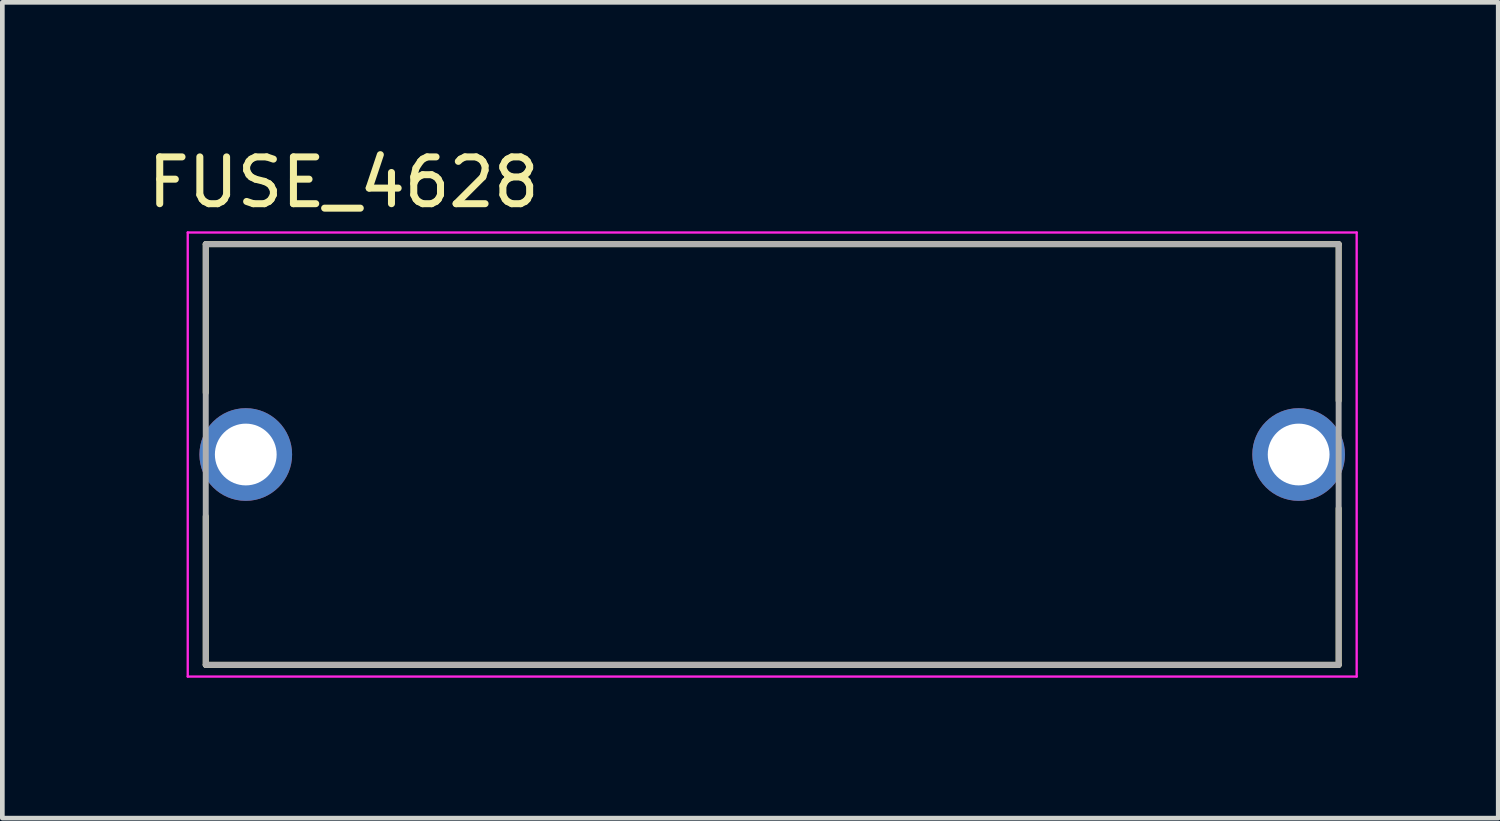
<source format=kicad_pcb>
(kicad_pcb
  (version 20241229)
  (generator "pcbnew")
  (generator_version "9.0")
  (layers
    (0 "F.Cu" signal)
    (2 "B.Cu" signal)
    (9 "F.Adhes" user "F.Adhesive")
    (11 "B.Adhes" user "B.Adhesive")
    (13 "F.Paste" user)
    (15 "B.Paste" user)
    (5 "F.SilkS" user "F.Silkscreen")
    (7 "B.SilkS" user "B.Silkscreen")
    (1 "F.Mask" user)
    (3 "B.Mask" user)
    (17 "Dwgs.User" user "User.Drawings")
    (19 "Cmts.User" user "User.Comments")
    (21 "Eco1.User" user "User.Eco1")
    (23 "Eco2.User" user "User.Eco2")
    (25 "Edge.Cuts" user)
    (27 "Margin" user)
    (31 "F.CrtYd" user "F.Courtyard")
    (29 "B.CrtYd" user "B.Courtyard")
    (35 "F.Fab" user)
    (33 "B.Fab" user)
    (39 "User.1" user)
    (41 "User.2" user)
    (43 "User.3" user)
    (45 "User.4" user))
  (footprint "FUSE_4628"
    (layer "F.Cu")
    (at 13.452 6.663)
    (property "Reference" "FUSE_4628" (at -9.16 -5.815 0) (layer "F.SilkS") (effects (font (size 1 1) (thickness 0.15))))
    (attr through_hole)
    (fp_line (start -12.105 -4.495) (end -12.105 -1.32) (stroke (width 0.127) (type solid)) (layer "F.SilkS"))
    (fp_line (start -12.105 -4.495) (end 12.105 -4.495) (stroke (width 0.127) (type solid)) (layer "F.SilkS"))
    (fp_line (start -12.105 1.32) (end -12.105 4.495) (stroke (width 0.127) (type solid)) (layer "F.SilkS"))
    (fp_line (start -12.105 4.495) (end 12.105 4.495) (stroke (width 0.127) (type solid)) (layer "F.SilkS"))
    (fp_line (start 12.105 -4.495) (end 12.105 -1.15) (stroke (width 0.127) (type solid)) (layer "F.SilkS"))
    (fp_line (start 12.105 1.15) (end 12.105 4.495) (stroke (width 0.127) (type solid)) (layer "F.SilkS"))
    (fp_line (start -12.49 -4.745) (end 12.49 -4.745) (stroke (width 0.05) (type solid)) (layer "F.CrtYd"))
    (fp_line (start -12.49 4.745) (end -12.49 -4.745) (stroke (width 0.05) (type solid)) (layer "F.CrtYd"))
    (fp_line (start 12.49 -4.745) (end 12.49 4.745) (stroke (width 0.05) (type solid)) (layer "F.CrtYd"))
    (fp_line (start 12.49 4.745) (end -12.49 4.745) (stroke (width 0.05) (type solid)) (layer "F.CrtYd"))
    (fp_line (start -12.105 -4.495) (end 12.105 -4.495) (stroke (width 0.127) (type solid)) (layer "F.Fab"))
    (fp_line (start -12.105 4.495) (end -12.105 -4.495) (stroke (width 0.127) (type solid)) (layer "F.Fab"))
    (fp_line (start 12.105 -4.495) (end 12.105 4.495) (stroke (width 0.127) (type solid)) (layer "F.Fab"))
    (fp_line (start 12.105 4.495) (end -12.105 4.495) (stroke (width 0.127) (type solid)) (layer "F.Fab"))
    (pad "1" thru_hole circle (at -11.25 0) (size 1.98 1.98) (drill 1.32) (layers "*.Cu" "*.Mask"))
    (pad "2" thru_hole circle (at 11.25 0) (size 1.98 1.98) (drill 1.32) (layers "*.Cu" "*.Mask")))
  (gr_rect
    (start -3 -3)
    (end 28.967 14.433)
    (stroke (width 0.1) (type default))
    (fill no)
    (layer "Edge.Cuts")))
</source>
